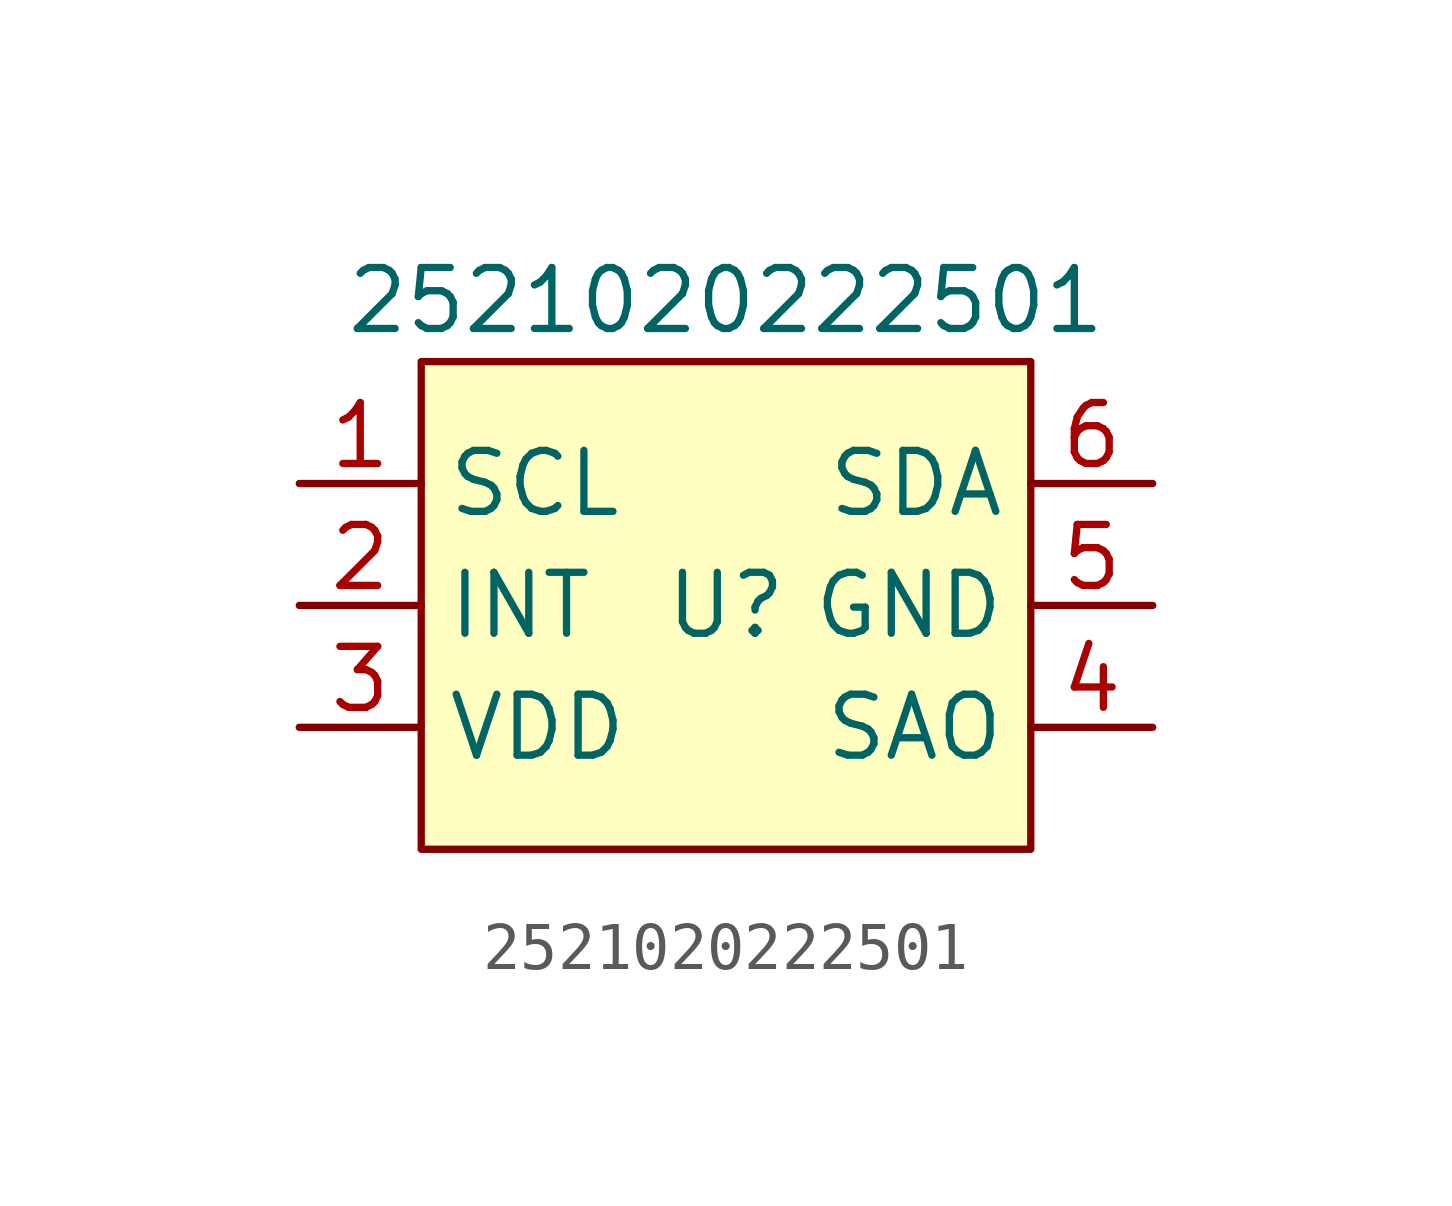
<source format=kicad_sym>
(kicad_symbol_lib
  (version 20241209)
  (generator "kicad_symbol_editor")
  (generator_version "9.0")
  (symbol "2521020222501"
    (property "Reference" "U"
      (at 0 0 0)
      (effects (font (size 1.27 1.27))))
    (property "Value" "2521020222501"
      (at 0 6.35 0)
      (effects (font (size 1.27 1.27))))
    (symbol "2521020222501_1_1"
      (rectangle (start -6.35 5.08) (end 6.35 -5.08) (stroke (width 0) (type solid)) (fill (type color) (color 255 255 194 1)))
      (pin input line (at -8.89 2.54 0) (length 2.54) (name "SCL" (effects (font (size 1.27 1.27)))) (number "1" (effects (font (size 1.27 1.27)))))
      (pin output line (at -8.89 0 0) (length 2.54) (name "INT" (effects (font (size 1.27 1.27)))) (number "2" (effects (font (size 1.27 1.27)))))
      (pin power_in line (at -8.89 -2.54 0) (length 2.54) (name "VDD" (effects (font (size 1.27 1.27)))) (number "3" (effects (font (size 1.27 1.27)))))
      (pin bidirectional line (at 8.89 2.54 180) (length 2.54) (name "SDA" (effects (font (size 1.27 1.27)))) (number "6" (effects (font (size 1.27 1.27)))))
      (pin power_in line (at 8.89 0 180) (length 2.54) (name "GND" (effects (font (size 1.27 1.27)))) (number "5" (effects (font (size 1.27 1.27)))))
      (pin input line (at 8.89 -2.54 180) (length 2.54) (name "SAO" (effects (font (size 1.27 1.27)))) (number "4" (effects (font (size 1.27 1.27))))))))
</source>
